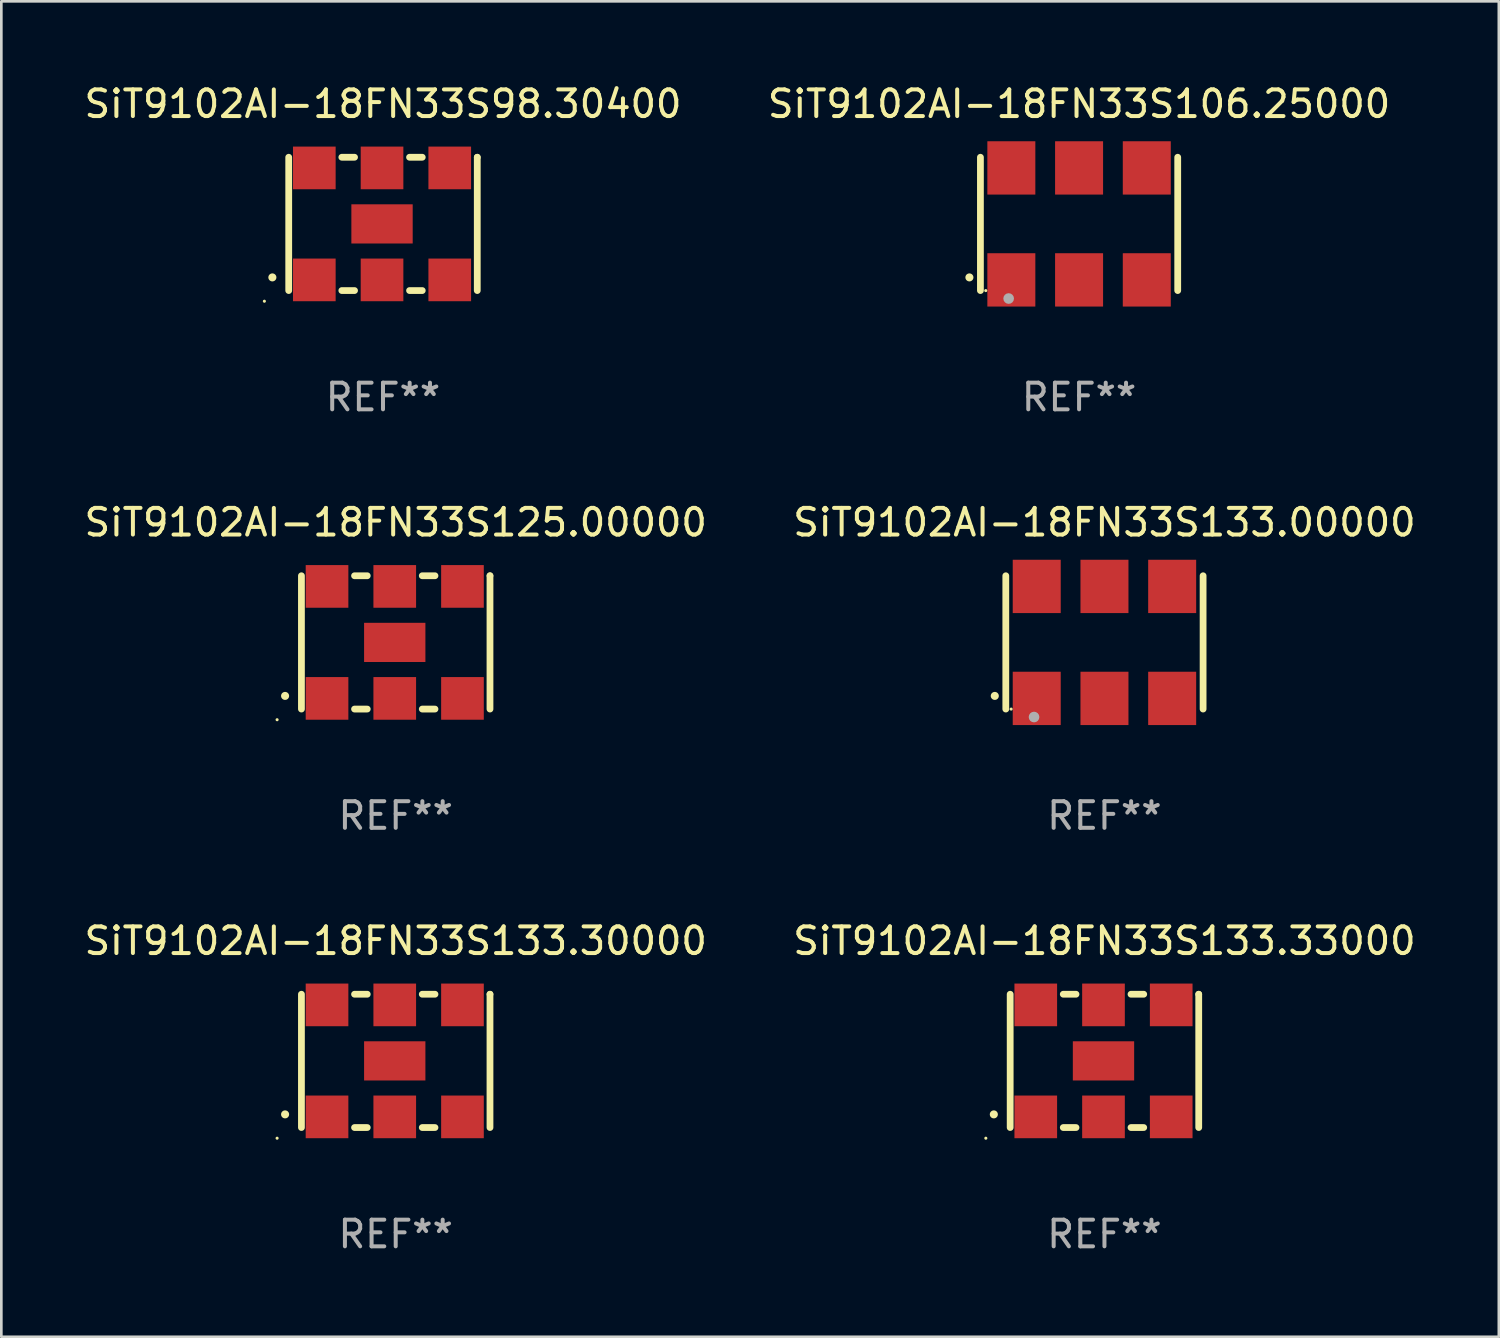
<source format=kicad_pcb>
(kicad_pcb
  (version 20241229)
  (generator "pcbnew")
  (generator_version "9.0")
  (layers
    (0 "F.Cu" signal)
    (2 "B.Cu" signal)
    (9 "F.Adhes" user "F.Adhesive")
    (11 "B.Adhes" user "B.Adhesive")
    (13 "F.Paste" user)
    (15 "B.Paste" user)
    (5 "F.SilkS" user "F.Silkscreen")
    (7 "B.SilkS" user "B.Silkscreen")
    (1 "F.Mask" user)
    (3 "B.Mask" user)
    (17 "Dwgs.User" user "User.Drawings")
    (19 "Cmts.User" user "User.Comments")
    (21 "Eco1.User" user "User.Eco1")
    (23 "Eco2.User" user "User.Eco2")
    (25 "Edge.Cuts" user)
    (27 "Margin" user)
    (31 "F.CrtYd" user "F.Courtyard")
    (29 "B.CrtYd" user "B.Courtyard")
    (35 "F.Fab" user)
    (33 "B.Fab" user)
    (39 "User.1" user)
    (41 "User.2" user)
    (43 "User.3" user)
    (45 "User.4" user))
  (footprint "SiT9102AI-18FN33S98.30400"
    (layer "F.Cu")
    (at 11.315 5.348)
    (property "Reference" "SiT9102AI-18FN33S98.30400" (at 0 -4.5 0) (layer "F.SilkS") (effects (font (size 1 1) (thickness 0.15))))
    (attr through_hole)
    (fp_line (start -3.536 -2.5) (end -3.536 2.5) (stroke (width 0.254) (type solid)) (layer "F.SilkS"))
    (fp_line (start -1.544 2.5) (end -1.067 2.5) (stroke (width 0.254) (type solid)) (layer "F.SilkS"))
    (fp_line (start -1.067 -2.5) (end -1.544 -2.5) (stroke (width 0.254) (type solid)) (layer "F.SilkS"))
    (fp_line (start 0.996 2.5) (end 1.473 2.5) (stroke (width 0.254) (type solid)) (layer "F.SilkS"))
    (fp_line (start 1.473 -2.5) (end 0.996 -2.5) (stroke (width 0.254) (type solid)) (layer "F.SilkS"))
    (fp_line (start 3.536 -2.5) (end 3.536 -2.5) (stroke (width 0.254) (type solid)) (layer "F.SilkS"))
    (fp_line (start 3.536 2.5) (end 3.536 -2.5) (stroke (width 0.254) (type solid)) (layer "F.SilkS"))
    (fp_arc (start -4.150432 2.006604) (mid -4.149162 2.006599) (end -4.147892 2.006604) (stroke (width 0.3) (type solid)) (layer "F.SilkS"))
    (fp_circle (center -4.449 2.9) (end -4.419 2.9) (stroke (width 0.06) (type solid)) (fill no) (layer "F.SilkS"))
    (fp_text user "REF**" (at 0 6.5 0) (layer "F.Fab") (effects (font (size 1 1) (thickness 0.15))))
    (pad "1" smd rect (at -2.576 2.1) (size 1.6 1.6) (layers "F.Cu" "F.Mask" "F.Paste"))
    (pad "2" smd rect (at -0.036 2.1) (size 1.6 1.6) (layers "F.Cu" "F.Mask" "F.Paste"))
    (pad "3" smd rect (at 2.504 2.1) (size 1.6 1.6) (layers "F.Cu" "F.Mask" "F.Paste"))
    (pad "4" smd rect (at 2.504 -2.1) (size 1.6 1.6) (layers "F.Cu" "F.Mask" "F.Paste"))
    (pad "5" smd rect (at -0.036 -2.1) (size 1.6 1.6) (layers "F.Cu" "F.Mask" "F.Paste"))
    (pad "6" smd rect (at -2.576 -2.1) (size 1.6 1.6) (layers "F.Cu" "F.Mask" "F.Paste"))
    (pad "7" smd rect (at -0.036 0) (size 2.3 1.47) (layers "F.Cu" "F.Mask" "F.Paste")))
  (footprint "SiT9102AI-18FN33S125.00000"
    (layer "F.Cu")
    (at 11.792 21.045)
    (property "Reference" "SiT9102AI-18FN33S125.00000" (at 0 -4.5 0) (layer "F.SilkS") (effects (font (size 1 1) (thickness 0.15))))
    (attr through_hole)
    (fp_line (start -3.536 -2.5) (end -3.536 2.5) (stroke (width 0.254) (type solid)) (layer "F.SilkS"))
    (fp_line (start -1.544 2.5) (end -1.067 2.5) (stroke (width 0.254) (type solid)) (layer "F.SilkS"))
    (fp_line (start -1.067 -2.5) (end -1.544 -2.5) (stroke (width 0.254) (type solid)) (layer "F.SilkS"))
    (fp_line (start 0.996 2.5) (end 1.473 2.5) (stroke (width 0.254) (type solid)) (layer "F.SilkS"))
    (fp_line (start 1.473 -2.5) (end 0.996 -2.5) (stroke (width 0.254) (type solid)) (layer "F.SilkS"))
    (fp_line (start 3.536 -2.5) (end 3.536 -2.5) (stroke (width 0.254) (type solid)) (layer "F.SilkS"))
    (fp_line (start 3.536 2.5) (end 3.536 -2.5) (stroke (width 0.254) (type solid)) (layer "F.SilkS"))
    (fp_arc (start -4.150432 2.006604) (mid -4.149162 2.006599) (end -4.147892 2.006604) (stroke (width 0.3) (type solid)) (layer "F.SilkS"))
    (fp_circle (center -4.449 2.9) (end -4.419 2.9) (stroke (width 0.06) (type solid)) (fill no) (layer "F.SilkS"))
    (fp_text user "REF**" (at 0 6.5 0) (layer "F.Fab") (effects (font (size 1 1) (thickness 0.15))))
    (pad "1" smd rect (at -2.576 2.1) (size 1.6 1.6) (layers "F.Cu" "F.Mask" "F.Paste"))
    (pad "2" smd rect (at -0.036 2.1) (size 1.6 1.6) (layers "F.Cu" "F.Mask" "F.Paste"))
    (pad "3" smd rect (at 2.504 2.1) (size 1.6 1.6) (layers "F.Cu" "F.Mask" "F.Paste"))
    (pad "4" smd rect (at 2.504 -2.1) (size 1.6 1.6) (layers "F.Cu" "F.Mask" "F.Paste"))
    (pad "5" smd rect (at -0.036 -2.1) (size 1.6 1.6) (layers "F.Cu" "F.Mask" "F.Paste"))
    (pad "6" smd rect (at -2.576 -2.1) (size 1.6 1.6) (layers "F.Cu" "F.Mask" "F.Paste"))
    (pad "7" smd rect (at -0.036 0) (size 2.3 1.47) (layers "F.Cu" "F.Mask" "F.Paste")))
  (footprint "SiT9102AI-18FN33S106.25000"
    (layer "F.Cu")
    (at 37.423 5.348)
    (property "Reference" "SiT9102AI-18FN33S106.25000" (at 0 -4.5 0) (layer "F.SilkS") (effects (font (size 1 1) (thickness 0.15))))
    (attr through_hole)
    (fp_line (start -3.7 -2.5) (end -3.7 2.5) (stroke (width 0.254) (type solid)) (layer "F.SilkS"))
    (fp_line (start 3.7 -2.5) (end 3.7 2.5) (stroke (width 0.254) (type solid)) (layer "F.SilkS"))
    (fp_arc (start -4.114415 2.006604) (mid -4.113145 2.006599) (end -4.111875 2.006604) (stroke (width 0.3) (type solid)) (layer "F.SilkS"))
    (fp_circle (center -3.5 2.501) (end -3.47 2.501) (stroke (width 0.06) (type solid)) (fill no) (layer "F.SilkS"))
    (fp_circle (center -2.641 2.799) (end -2.541 2.799) (stroke (width 0.2) (type solid)) (fill no) (layer "F.Fab"))
    (fp_text user "REF**" (at 0 6.5 0) (layer "F.Fab") (effects (font (size 1 1) (thickness 0.15))))
    (pad "1" smd rect (at -2.54 2.1) (size 1.8 2) (layers "F.Cu" "F.Mask" "F.Paste"))
    (pad "2" smd rect (at 0.000394 2.1) (size 1.8 2) (layers "F.Cu" "F.Mask" "F.Paste"))
    (pad "3" smd rect (at 2.54 2.1) (size 1.8 2) (layers "F.Cu" "F.Mask" "F.Paste"))
    (pad "4" smd rect (at 2.54 -2.1) (size 1.8 2) (layers "F.Cu" "F.Mask" "F.Paste"))
    (pad "5" smd rect (at 0.000394 -2.1) (size 1.8 2) (layers "F.Cu" "F.Mask" "F.Paste"))
    (pad "6" smd rect (at -2.54 -2.1) (size 1.8 2) (layers "F.Cu" "F.Mask" "F.Paste")))
  (footprint "SiT9102AI-18FN33S133.30000"
    (layer "F.Cu")
    (at 11.792 36.741)
    (property "Reference" "SiT9102AI-18FN33S133.30000" (at 0 -4.5 0) (layer "F.SilkS") (effects (font (size 1 1) (thickness 0.15))))
    (attr through_hole)
    (fp_line (start -3.536 -2.5) (end -3.536 2.5) (stroke (width 0.254) (type solid)) (layer "F.SilkS"))
    (fp_line (start -1.544 2.5) (end -1.067 2.5) (stroke (width 0.254) (type solid)) (layer "F.SilkS"))
    (fp_line (start -1.067 -2.5) (end -1.544 -2.5) (stroke (width 0.254) (type solid)) (layer "F.SilkS"))
    (fp_line (start 0.996 2.5) (end 1.473 2.5) (stroke (width 0.254) (type solid)) (layer "F.SilkS"))
    (fp_line (start 1.473 -2.5) (end 0.996 -2.5) (stroke (width 0.254) (type solid)) (layer "F.SilkS"))
    (fp_line (start 3.536 -2.5) (end 3.536 -2.5) (stroke (width 0.254) (type solid)) (layer "F.SilkS"))
    (fp_line (start 3.536 2.5) (end 3.536 -2.5) (stroke (width 0.254) (type solid)) (layer "F.SilkS"))
    (fp_arc (start -4.150432 2.006604) (mid -4.149162 2.006599) (end -4.147892 2.006604) (stroke (width 0.3) (type solid)) (layer "F.SilkS"))
    (fp_circle (center -4.449 2.9) (end -4.419 2.9) (stroke (width 0.06) (type solid)) (fill no) (layer "F.SilkS"))
    (fp_text user "REF**" (at 0 6.5 0) (layer "F.Fab") (effects (font (size 1 1) (thickness 0.15))))
    (pad "1" smd rect (at -2.576 2.1) (size 1.6 1.6) (layers "F.Cu" "F.Mask" "F.Paste"))
    (pad "2" smd rect (at -0.036 2.1) (size 1.6 1.6) (layers "F.Cu" "F.Mask" "F.Paste"))
    (pad "3" smd rect (at 2.504 2.1) (size 1.6 1.6) (layers "F.Cu" "F.Mask" "F.Paste"))
    (pad "4" smd rect (at 2.504 -2.1) (size 1.6 1.6) (layers "F.Cu" "F.Mask" "F.Paste"))
    (pad "5" smd rect (at -0.036 -2.1) (size 1.6 1.6) (layers "F.Cu" "F.Mask" "F.Paste"))
    (pad "6" smd rect (at -2.576 -2.1) (size 1.6 1.6) (layers "F.Cu" "F.Mask" "F.Paste"))
    (pad "7" smd rect (at -0.036 0) (size 2.3 1.47) (layers "F.Cu" "F.Mask" "F.Paste")))
  (footprint "SiT9102AI-18FN33S133.00000"
    (layer "F.Cu")
    (at 38.375 21.045)
    (property "Reference" "SiT9102AI-18FN33S133.00000" (at 0 -4.5 0) (layer "F.SilkS") (effects (font (size 1 1) (thickness 0.15))))
    (attr through_hole)
    (fp_line (start -3.7 -2.5) (end -3.7 2.5) (stroke (width 0.254) (type solid)) (layer "F.SilkS"))
    (fp_line (start 3.7 -2.5) (end 3.7 2.5) (stroke (width 0.254) (type solid)) (layer "F.SilkS"))
    (fp_arc (start -4.114415 2.006604) (mid -4.113145 2.006599) (end -4.111875 2.006604) (stroke (width 0.3) (type solid)) (layer "F.SilkS"))
    (fp_circle (center -3.5 2.501) (end -3.47 2.501) (stroke (width 0.06) (type solid)) (fill no) (layer "F.SilkS"))
    (fp_circle (center -2.641 2.799) (end -2.541 2.799) (stroke (width 0.2) (type solid)) (fill no) (layer "F.Fab"))
    (fp_text user "REF**" (at 0 6.5 0) (layer "F.Fab") (effects (font (size 1 1) (thickness 0.15))))
    (pad "1" smd rect (at -2.54 2.1) (size 1.8 2) (layers "F.Cu" "F.Mask" "F.Paste"))
    (pad "2" smd rect (at 0.000394 2.1) (size 1.8 2) (layers "F.Cu" "F.Mask" "F.Paste"))
    (pad "3" smd rect (at 2.54 2.1) (size 1.8 2) (layers "F.Cu" "F.Mask" "F.Paste"))
    (pad "4" smd rect (at 2.54 -2.1) (size 1.8 2) (layers "F.Cu" "F.Mask" "F.Paste"))
    (pad "5" smd rect (at 0.000394 -2.1) (size 1.8 2) (layers "F.Cu" "F.Mask" "F.Paste"))
    (pad "6" smd rect (at -2.54 -2.1) (size 1.8 2) (layers "F.Cu" "F.Mask" "F.Paste")))
  (footprint "SiT9102AI-18FN33S133.33000"
    (layer "F.Cu")
    (at 38.375 36.741)
    (property "Reference" "SiT9102AI-18FN33S133.33000" (at 0 -4.5 0) (layer "F.SilkS") (effects (font (size 1 1) (thickness 0.15))))
    (attr through_hole)
    (fp_line (start -3.536 -2.5) (end -3.536 2.5) (stroke (width 0.254) (type solid)) (layer "F.SilkS"))
    (fp_line (start -1.544 2.5) (end -1.067 2.5) (stroke (width 0.254) (type solid)) (layer "F.SilkS"))
    (fp_line (start -1.067 -2.5) (end -1.544 -2.5) (stroke (width 0.254) (type solid)) (layer "F.SilkS"))
    (fp_line (start 0.996 2.5) (end 1.473 2.5) (stroke (width 0.254) (type solid)) (layer "F.SilkS"))
    (fp_line (start 1.473 -2.5) (end 0.996 -2.5) (stroke (width 0.254) (type solid)) (layer "F.SilkS"))
    (fp_line (start 3.536 -2.5) (end 3.536 -2.5) (stroke (width 0.254) (type solid)) (layer "F.SilkS"))
    (fp_line (start 3.536 2.5) (end 3.536 -2.5) (stroke (width 0.254) (type solid)) (layer "F.SilkS"))
    (fp_arc (start -4.150432 2.006604) (mid -4.149162 2.006599) (end -4.147892 2.006604) (stroke (width 0.3) (type solid)) (layer "F.SilkS"))
    (fp_circle (center -4.449 2.9) (end -4.419 2.9) (stroke (width 0.06) (type solid)) (fill no) (layer "F.SilkS"))
    (fp_text user "REF**" (at 0 6.5 0) (layer "F.Fab") (effects (font (size 1 1) (thickness 0.15))))
    (pad "1" smd rect (at -2.576 2.1) (size 1.6 1.6) (layers "F.Cu" "F.Mask" "F.Paste"))
    (pad "2" smd rect (at -0.036 2.1) (size 1.6 1.6) (layers "F.Cu" "F.Mask" "F.Paste"))
    (pad "3" smd rect (at 2.504 2.1) (size 1.6 1.6) (layers "F.Cu" "F.Mask" "F.Paste"))
    (pad "4" smd rect (at 2.504 -2.1) (size 1.6 1.6) (layers "F.Cu" "F.Mask" "F.Paste"))
    (pad "5" smd rect (at -0.036 -2.1) (size 1.6 1.6) (layers "F.Cu" "F.Mask" "F.Paste"))
    (pad "6" smd rect (at -2.576 -2.1) (size 1.6 1.6) (layers "F.Cu" "F.Mask" "F.Paste"))
    (pad "7" smd rect (at -0.036 0) (size 2.3 1.47) (layers "F.Cu" "F.Mask" "F.Paste")))
  (gr_rect
    (start -3 -3)
    (end 53.167 47.09)
    (stroke (width 0.1) (type default))
    (fill no)
    (layer "Edge.Cuts")))
</source>
